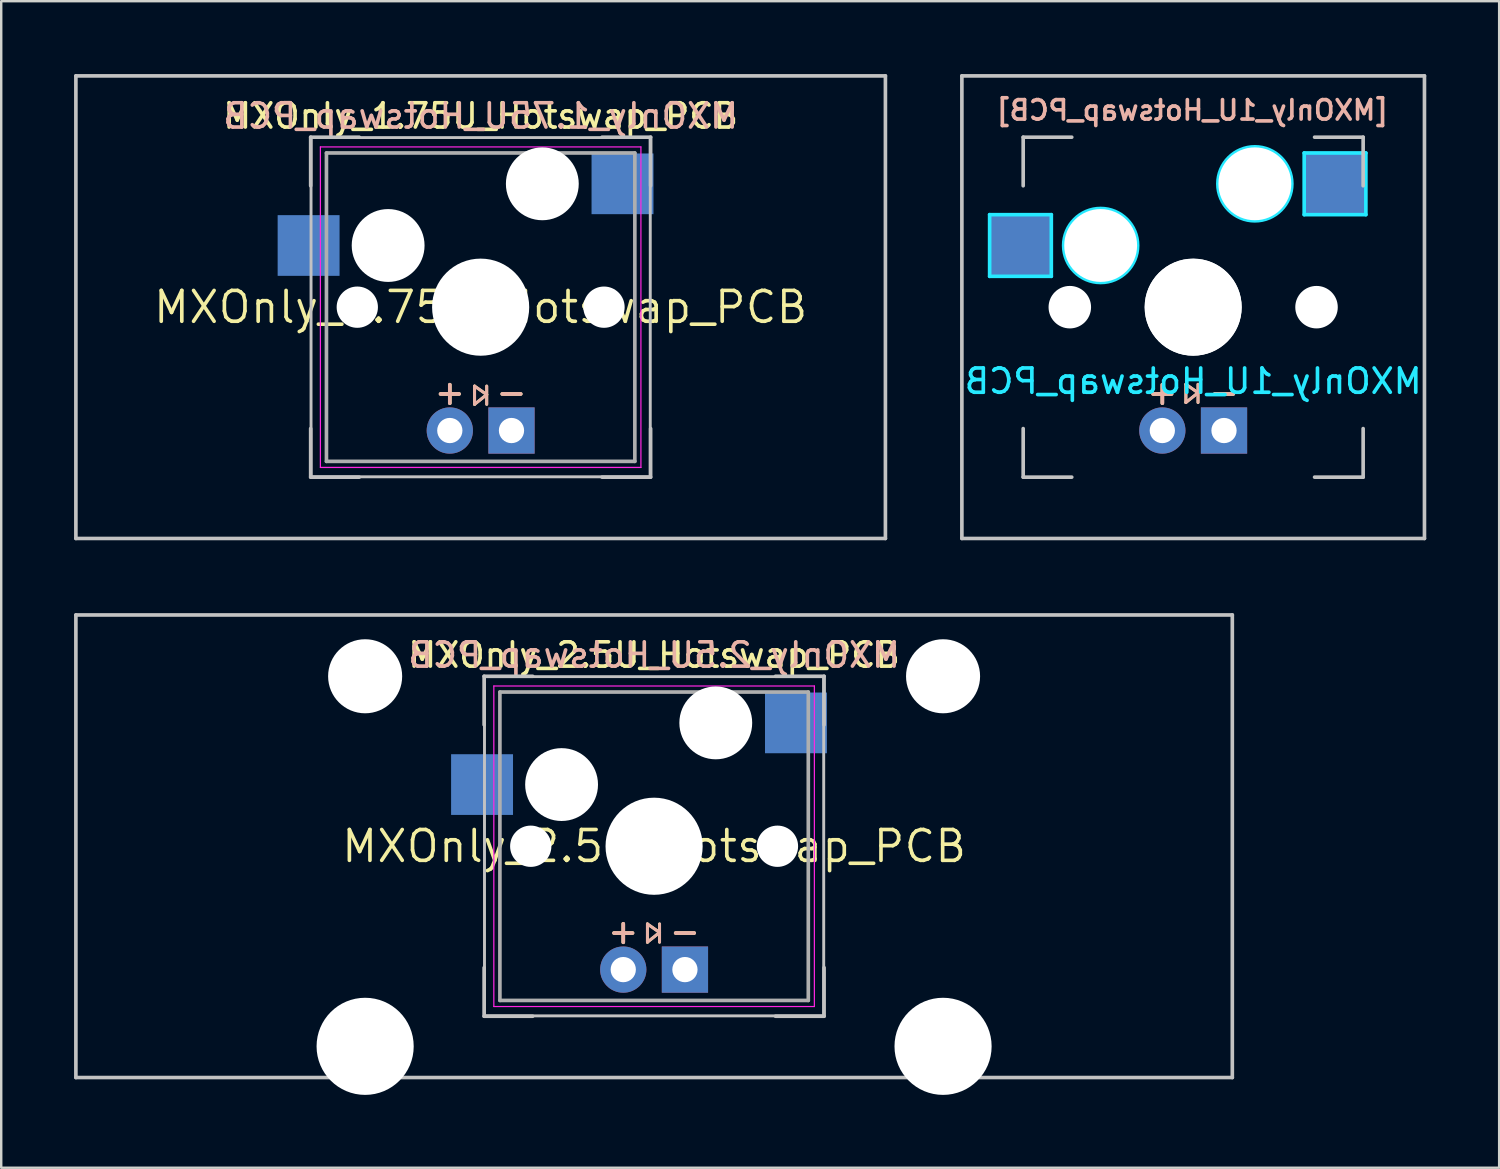
<source format=kicad_pcb>
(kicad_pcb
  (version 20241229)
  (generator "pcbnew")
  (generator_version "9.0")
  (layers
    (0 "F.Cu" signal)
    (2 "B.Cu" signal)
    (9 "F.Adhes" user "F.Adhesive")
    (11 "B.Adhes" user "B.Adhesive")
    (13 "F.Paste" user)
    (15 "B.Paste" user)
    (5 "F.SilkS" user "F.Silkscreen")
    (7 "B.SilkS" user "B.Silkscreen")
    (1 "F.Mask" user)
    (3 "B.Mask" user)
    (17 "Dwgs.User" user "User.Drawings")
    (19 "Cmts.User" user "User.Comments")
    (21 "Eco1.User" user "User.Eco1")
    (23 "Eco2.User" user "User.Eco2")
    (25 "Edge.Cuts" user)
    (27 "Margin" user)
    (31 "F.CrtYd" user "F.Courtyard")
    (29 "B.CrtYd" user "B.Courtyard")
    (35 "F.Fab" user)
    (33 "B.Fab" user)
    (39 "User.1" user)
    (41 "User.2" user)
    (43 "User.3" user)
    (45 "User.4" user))
  (footprint "MXOnly_1.75U_Hotswap_PCB"
    (layer "F.Cu")
    (at 16.744 9.6)
    (property "Reference" "MXOnly_1.75U_Hotswap_PCB" (at 0 0 0) (layer "F.SilkS") (effects (font (size 1.27 1.27) (thickness 0.15))))
    (attr through_hole)
    (fp_line (start -0.25 3.25) (end -0.25 4) (stroke (width 0.12) (type solid)) (layer "F.SilkS"))
    (fp_line (start -0.25 4) (end 0.25 3.6) (stroke (width 0.12) (type solid)) (layer "F.SilkS"))
    (fp_line (start 0.25 3.25) (end 0.25 4) (stroke (width 0.12) (type solid)) (layer "F.SilkS"))
    (fp_line (start 0.25 3.6) (end -0.25 3.25) (stroke (width 0.12) (type solid)) (layer "F.SilkS"))
    (fp_line (start -0.25 3.25) (end -0.25 4) (stroke (width 0.12) (type solid)) (layer "B.SilkS"))
    (fp_line (start -0.25 4) (end 0.25 3.6) (stroke (width 0.12) (type solid)) (layer "B.SilkS"))
    (fp_line (start 0.25 3.25) (end 0.25 4) (stroke (width 0.12) (type solid)) (layer "B.SilkS"))
    (fp_line (start 0.25 3.6) (end -0.25 3.25) (stroke (width 0.12) (type solid)) (layer "B.SilkS"))
    (fp_line (start -16.669 -9.525) (end 16.669 -9.525) (stroke (width 0.15) (type solid)) (layer "Dwgs.User"))
    (fp_line (start -16.669 9.525) (end -16.669 -9.525) (stroke (width 0.15) (type solid)) (layer "Dwgs.User"))
    (fp_line (start -7 -7) (end -7 -5) (stroke (width 0.15) (type solid)) (layer "Dwgs.User"))
    (fp_line (start -7 5) (end -7 7) (stroke (width 0.15) (type solid)) (layer "Dwgs.User"))
    (fp_line (start -7 7) (end -5 7) (stroke (width 0.15) (type solid)) (layer "Dwgs.User"))
    (fp_line (start -6.985 -6.985) (end 6.985 -6.985) (stroke (width 0.12) (type solid)) (layer "Dwgs.User"))
    (fp_line (start -6.985 6.985) (end -6.985 -6.985) (stroke (width 0.12) (type solid)) (layer "Dwgs.User"))
    (fp_line (start -5 -7) (end -7 -7) (stroke (width 0.15) (type solid)) (layer "Dwgs.User"))
    (fp_line (start 5 -7) (end 7 -7) (stroke (width 0.15) (type solid)) (layer "Dwgs.User"))
    (fp_line (start 5 7) (end 7 7) (stroke (width 0.15) (type solid)) (layer "Dwgs.User"))
    (fp_line (start 6.985 -6.985) (end 6.985 6.985) (stroke (width 0.12) (type solid)) (layer "Dwgs.User"))
    (fp_line (start 6.985 6.985) (end -6.985 6.985) (stroke (width 0.12) (type solid)) (layer "Dwgs.User"))
    (fp_line (start 7 -7) (end 7 -5) (stroke (width 0.15) (type solid)) (layer "Dwgs.User"))
    (fp_line (start 7 7) (end 7 5) (stroke (width 0.15) (type solid)) (layer "Dwgs.User"))
    (fp_line (start 16.669 -9.525) (end 16.669 9.525) (stroke (width 0.15) (type solid)) (layer "Dwgs.User"))
    (fp_line (start 16.669 9.525) (end -16.669 9.525) (stroke (width 0.15) (type solid)) (layer "Dwgs.User"))
    (fp_line (start -6.985 -6.985) (end 6.985 -6.985) (stroke (width 0.05) (type solid)) (layer "Eco1.User"))
    (fp_line (start -6.985 6.985) (end -6.985 -6.985) (stroke (width 0.05) (type solid)) (layer "Eco1.User"))
    (fp_line (start 6.985 -6.985) (end 6.985 6.985) (stroke (width 0.05) (type solid)) (layer "Eco1.User"))
    (fp_line (start 6.985 6.985) (end -6.985 6.985) (stroke (width 0.05) (type solid)) (layer "Eco1.User"))
    (fp_line (start -6.6 -6.6) (end 6.6 -6.6) (stroke (width 0.05) (type solid)) (layer "F.CrtYd"))
    (fp_line (start -6.6 6.6) (end -6.6 -6.6) (stroke (width 0.05) (type solid)) (layer "F.CrtYd"))
    (fp_line (start 6.6 -6.6) (end 6.6 6.6) (stroke (width 0.05) (type solid)) (layer "F.CrtYd"))
    (fp_line (start 6.6 6.6) (end -6.6 6.6) (stroke (width 0.05) (type solid)) (layer "F.CrtYd"))
    (fp_line (start -6.35 -6.35) (end 6.35 -6.35) (stroke (width 0.15) (type solid)) (layer "F.Fab"))
    (fp_line (start -6.35 6.35) (end -6.35 -6.35) (stroke (width 0.15) (type solid)) (layer "F.Fab"))
    (fp_line (start 6.35 -6.35) (end 6.35 6.35) (stroke (width 0.15) (type solid)) (layer "F.Fab"))
    (fp_line (start 6.35 6.35) (end -6.35 6.35) (stroke (width 0.15) (type solid)) (layer "F.Fab"))
    (fp_text user "+" (at -1.27 3.5 0) (layer "F.SilkS") (effects (font (size 1 1) (thickness 0.15))))
    (fp_text user "-" (at 1.27 3.5 0) (layer "F.SilkS") (effects (font (size 1 1) (thickness 0.15))))
    (fp_text user "${REFERENCE}" (at 0 -7.874 0) (layer "F.SilkS") (effects (font (size 1 1) (thickness 0.15))))
    (fp_text user "${REFERENCE}" (at 0 -7.874 0) (layer "B.SilkS") (effects (font (size 1 1) (thickness 0.15)) (justify mirror)))
    (fp_text user "-" (at 1.27 3.5 0) (layer "B.SilkS") (effects (font (size 1 1) (thickness 0.15))))
    (fp_text user "+" (at -1.27 3.5 0) (layer "B.SilkS") (effects (font (size 1 1) (thickness 0.15))))
    (pad "" np_thru_hole circle (at -5.08 0) (size 1.7 1.7) (drill 1.7) (layers "*.Cu" "*.Mask"))
    (pad "" np_thru_hole circle (at -3.81 -2.54) (size 3 3) (drill 3) (layers "*.Cu" "*.Mask"))
    (pad "" np_thru_hole circle (at 0 0) (size 4 4) (drill 4) (layers "*.Cu" "*.Mask"))
    (pad "" np_thru_hole circle (at 2.54 -5.08) (size 3 3) (drill 3) (layers "*.Cu" "*.Mask"))
    (pad "" np_thru_hole circle (at 5.08 0) (size 1.7 1.7) (drill 1.7) (layers "*.Cu" "*.Mask"))
    (pad "1" smd rect (at -7.085 -2.54) (size 2.55 2.5) (layers "B.Cu" "B.Mask" "B.Paste"))
    (pad "1" thru_hole circle (at 2.54 -5.08) (size 2.2 2.2) (drill 1.5) (layers "*.Cu" "*.Mask"))
    (pad "2" thru_hole circle (at -3.81 -2.54) (size 2.2 2.2) (drill 1.5) (layers "*.Cu" "*.Mask"))
    (pad "2" smd rect (at 5.842 -5.08) (size 2.55 2.5) (layers "B.Cu" "B.Mask" "B.Paste"))
    (pad "3" thru_hole circle (at -1.27 5.08) (size 1.905 1.905) (drill 1.04) (layers "*.Cu" "*.Mask"))
    (pad "4" thru_hole rect (at 1.27 5.08) (size 1.905 1.905) (drill 1.04) (layers "*.Cu" "*.Mask")))
  (footprint "MXOnly_2.5U_Hotswap_PCB"
    (layer "F.Cu")
    (at 23.887 31.8)
    (property "Reference" "MXOnly_2.5U_Hotswap_PCB" (at 0 0 0) (layer "F.SilkS") (effects (font (size 1.27 1.27) (thickness 0.15))))
    (attr through_hole)
    (fp_line (start -0.275 3.2) (end -0.275 3.95) (stroke (width 0.12) (type solid)) (layer "F.SilkS"))
    (fp_line (start -0.275 3.95) (end 0.225 3.55) (stroke (width 0.12) (type solid)) (layer "F.SilkS"))
    (fp_line (start 0.225 3.2) (end 0.225 3.95) (stroke (width 0.12) (type solid)) (layer "F.SilkS"))
    (fp_line (start 0.225 3.55) (end -0.275 3.2) (stroke (width 0.12) (type solid)) (layer "F.SilkS"))
    (fp_line (start -0.275 3.2) (end -0.275 3.95) (stroke (width 0.12) (type solid)) (layer "B.SilkS"))
    (fp_line (start -0.275 3.95) (end 0.225 3.55) (stroke (width 0.12) (type solid)) (layer "B.SilkS"))
    (fp_line (start 0.225 3.2) (end 0.225 3.95) (stroke (width 0.12) (type solid)) (layer "B.SilkS"))
    (fp_line (start 0.225 3.55) (end -0.275 3.2) (stroke (width 0.12) (type solid)) (layer "B.SilkS"))
    (fp_line (start -23.812 -9.525) (end 23.812 -9.525) (stroke (width 0.15) (type solid)) (layer "Dwgs.User"))
    (fp_line (start -23.812 9.525) (end -23.812 -9.525) (stroke (width 0.15) (type solid)) (layer "Dwgs.User"))
    (fp_line (start -23.812 9.525) (end 23.812 9.525) (stroke (width 0.15) (type solid)) (layer "Dwgs.User"))
    (fp_line (start -7 -7) (end -7 -5) (stroke (width 0.15) (type solid)) (layer "Dwgs.User"))
    (fp_line (start -7 5) (end -7 7) (stroke (width 0.15) (type solid)) (layer "Dwgs.User"))
    (fp_line (start -7 7) (end -5 7) (stroke (width 0.15) (type solid)) (layer "Dwgs.User"))
    (fp_line (start -6.985 -6.985) (end 6.985 -6.985) (stroke (width 0.12) (type solid)) (layer "Dwgs.User"))
    (fp_line (start -6.985 6.985) (end -6.985 -6.985) (stroke (width 0.12) (type solid)) (layer "Dwgs.User"))
    (fp_line (start -5 -7) (end -7 -7) (stroke (width 0.15) (type solid)) (layer "Dwgs.User"))
    (fp_line (start 5 -7) (end 7 -7) (stroke (width 0.15) (type solid)) (layer "Dwgs.User"))
    (fp_line (start 5 7) (end 7 7) (stroke (width 0.15) (type solid)) (layer "Dwgs.User"))
    (fp_line (start 6.985 -6.985) (end 6.985 6.985) (stroke (width 0.12) (type solid)) (layer "Dwgs.User"))
    (fp_line (start 6.985 6.985) (end -6.985 6.985) (stroke (width 0.12) (type solid)) (layer "Dwgs.User"))
    (fp_line (start 7 -7) (end 7 -5) (stroke (width 0.15) (type solid)) (layer "Dwgs.User"))
    (fp_line (start 7 7) (end 7 5) (stroke (width 0.15) (type solid)) (layer "Dwgs.User"))
    (fp_line (start 23.812 -9.525) (end 23.812 9.525) (stroke (width 0.15) (type solid)) (layer "Dwgs.User"))
    (fp_line (start -16.129 -2.286) (end -15.265 -2.286) (stroke (width 0.05) (type solid)) (layer "Eco1.User"))
    (fp_line (start -16.129 0.508) (end -16.129 -2.286) (stroke (width 0.05) (type solid)) (layer "Eco1.User"))
    (fp_line (start -15.265 -5.69) (end -8.611 -5.69) (stroke (width 0.05) (type solid)) (layer "Eco1.User"))
    (fp_line (start -15.265 -2.286) (end -15.265 -5.69) (stroke (width 0.05) (type solid)) (layer "Eco1.User"))
    (fp_line (start -15.265 0.508) (end -16.129 0.508) (stroke (width 0.05) (type solid)) (layer "Eco1.User"))
    (fp_line (start -15.265 6.604) (end -15.265 0.508) (stroke (width 0.05) (type solid)) (layer "Eco1.User"))
    (fp_line (start -14.224 6.604) (end -15.265 6.604) (stroke (width 0.05) (type solid)) (layer "Eco1.User"))
    (fp_line (start -14.224 7.772) (end -14.224 6.604) (stroke (width 0.05) (type solid)) (layer "Eco1.User"))
    (fp_line (start -9.652 6.604) (end -9.652 7.772) (stroke (width 0.05) (type solid)) (layer "Eco1.User"))
    (fp_line (start -9.652 7.772) (end -14.224 7.772) (stroke (width 0.05) (type solid)) (layer "Eco1.User"))
    (fp_line (start -8.611 -5.69) (end -8.611 -4.877) (stroke (width 0.05) (type solid)) (layer "Eco1.User"))
    (fp_line (start -8.611 -4.877) (end -6.985 -4.877) (stroke (width 0.05) (type solid)) (layer "Eco1.User"))
    (fp_line (start -8.611 5.817) (end -8.611 6.604) (stroke (width 0.05) (type solid)) (layer "Eco1.User"))
    (fp_line (start -8.611 6.604) (end -9.652 6.604) (stroke (width 0.05) (type solid)) (layer "Eco1.User"))
    (fp_line (start -6.985 -6.985) (end 6.985 -6.985) (stroke (width 0.05) (type solid)) (layer "Eco1.User"))
    (fp_line (start -6.985 -4.877) (end -6.985 -6.985) (stroke (width 0.05) (type solid)) (layer "Eco1.User"))
    (fp_line (start -6.985 5.817) (end -8.611 5.817) (stroke (width 0.05) (type solid)) (layer "Eco1.User"))
    (fp_line (start -6.985 6.985) (end -6.985 5.817) (stroke (width 0.05) (type solid)) (layer "Eco1.User"))
    (fp_line (start 6.985 -6.985) (end 6.985 -4.877) (stroke (width 0.05) (type solid)) (layer "Eco1.User"))
    (fp_line (start 6.985 -4.877) (end 8.611 -4.877) (stroke (width 0.05) (type solid)) (layer "Eco1.User"))
    (fp_line (start 6.985 5.817) (end 6.985 6.985) (stroke (width 0.05) (type solid)) (layer "Eco1.User"))
    (fp_line (start 6.985 6.985) (end -6.985 6.985) (stroke (width 0.05) (type solid)) (layer "Eco1.User"))
    (fp_line (start 8.611 -5.69) (end 15.265 -5.69) (stroke (width 0.05) (type solid)) (layer "Eco1.User"))
    (fp_line (start 8.611 -4.877) (end 8.611 -5.69) (stroke (width 0.05) (type solid)) (layer "Eco1.User"))
    (fp_line (start 8.611 5.817) (end 6.985 5.817) (stroke (width 0.05) (type solid)) (layer "Eco1.User"))
    (fp_line (start 8.611 6.604) (end 8.611 5.817) (stroke (width 0.05) (type solid)) (layer "Eco1.User"))
    (fp_line (start 9.652 6.604) (end 8.611 6.604) (stroke (width 0.05) (type solid)) (layer "Eco1.User"))
    (fp_line (start 9.652 7.772) (end 9.652 6.604) (stroke (width 0.05) (type solid)) (layer "Eco1.User"))
    (fp_line (start 14.224 6.604) (end 14.224 7.772) (stroke (width 0.05) (type solid)) (layer "Eco1.User"))
    (fp_line (start 14.224 7.772) (end 9.652 7.772) (stroke (width 0.05) (type solid)) (layer "Eco1.User"))
    (fp_line (start 15.265 -5.69) (end 15.265 -2.286) (stroke (width 0.05) (type solid)) (layer "Eco1.User"))
    (fp_line (start 15.265 -2.286) (end 16.129 -2.286) (stroke (width 0.05) (type solid)) (layer "Eco1.User"))
    (fp_line (start 15.265 0.508) (end 15.265 6.604) (stroke (width 0.05) (type solid)) (layer "Eco1.User"))
    (fp_line (start 15.265 6.604) (end 14.224 6.604) (stroke (width 0.05) (type solid)) (layer "Eco1.User"))
    (fp_line (start 16.129 -2.286) (end 16.129 0.508) (stroke (width 0.05) (type solid)) (layer "Eco1.User"))
    (fp_line (start 16.129 0.508) (end 15.265 0.508) (stroke (width 0.05) (type solid)) (layer "Eco1.User"))
    (fp_line (start -6.6 -6.6) (end 6.6 -6.6) (stroke (width 0.05) (type solid)) (layer "F.CrtYd"))
    (fp_line (start -6.6 6.6) (end -6.6 -6.6) (stroke (width 0.05) (type solid)) (layer "F.CrtYd"))
    (fp_line (start 6.6 -6.6) (end 6.6 6.6) (stroke (width 0.05) (type solid)) (layer "F.CrtYd"))
    (fp_line (start 6.6 6.6) (end -6.6 6.6) (stroke (width 0.05) (type solid)) (layer "F.CrtYd"))
    (fp_line (start -6.35 -6.35) (end 6.35 -6.35) (stroke (width 0.15) (type solid)) (layer "F.Fab"))
    (fp_line (start -6.35 6.35) (end -6.35 -6.35) (stroke (width 0.15) (type solid)) (layer "F.Fab"))
    (fp_line (start 6.35 -6.35) (end 6.35 6.35) (stroke (width 0.15) (type solid)) (layer "F.Fab"))
    (fp_line (start 6.35 6.35) (end -6.35 6.35) (stroke (width 0.15) (type solid)) (layer "F.Fab"))
    (fp_text user "+" (at -1.27 3.5 0) (layer "F.SilkS") (effects (font (size 1 1) (thickness 0.15))))
    (fp_text user "-" (at 1.27 3.5 0) (layer "F.SilkS") (effects (font (size 1 1) (thickness 0.15))))
    (fp_text user "${REFERENCE}" (at 0 -7.874 0) (layer "F.SilkS") (effects (font (size 1 1) (thickness 0.15))))
    (fp_text user "${REFERENCE}" (at 0 -7.874 0) (layer "B.SilkS") (effects (font (size 1 1) (thickness 0.15)) (justify mirror)))
    (fp_text user "-" (at 1.27 3.5 0) (layer "B.SilkS") (effects (font (size 1 1) (thickness 0.15))))
    (fp_text user "+" (at -1.27 3.5 0) (layer "B.SilkS") (effects (font (size 1 1) (thickness 0.15))))
    (pad "" np_thru_hole circle (at -11.9 -7) (size 3.05 3.05) (drill 3.05) (layers "*.Cu" "*.Mask"))
    (pad "" np_thru_hole circle (at -11.9 8.24) (size 4 4) (drill 4) (layers "*.Cu" "*.Mask"))
    (pad "" np_thru_hole circle (at -5.08 0) (size 1.7 1.7) (drill 1.7) (layers "*.Cu" "*.Mask"))
    (pad "" np_thru_hole circle (at -3.81 -2.54) (size 3 3) (drill 3) (layers "*.Cu" "*.Mask"))
    (pad "" np_thru_hole circle (at 0 0) (size 4 4) (drill 4) (layers "*.Cu" "*.Mask"))
    (pad "" np_thru_hole circle (at 2.54 -5.08) (size 3 3) (drill 3) (layers "*.Cu" "*.Mask"))
    (pad "" np_thru_hole circle (at 5.08 0) (size 1.7 1.7) (drill 1.7) (layers "*.Cu" "*.Mask"))
    (pad "" np_thru_hole circle (at 11.9 -7) (size 3.05 3.05) (drill 3.05) (layers "*.Cu" "*.Mask"))
    (pad "" np_thru_hole circle (at 11.9 8.24) (size 4 4) (drill 4) (layers "*.Cu" "*.Mask"))
    (pad "1" smd rect (at -7.085 -2.54) (size 2.55 2.5) (layers "B.Cu" "B.Mask" "B.Paste"))
    (pad "1" thru_hole circle (at 2.54 -5.08) (size 2.2 2.2) (drill 1.5) (layers "*.Cu" "*.Mask"))
    (pad "2" thru_hole circle (at -3.81 -2.54) (size 2.2 2.2) (drill 1.5) (layers "*.Cu" "*.Mask"))
    (pad "2" smd rect (at 5.842 -5.08) (size 2.55 2.5) (layers "B.Cu" "B.Mask" "B.Paste"))
    (pad "3" thru_hole circle (at -1.27 5.08) (size 1.905 1.905) (drill 1.04) (layers "*.Cu" "*.Mask"))
    (pad "4" thru_hole rect (at 1.27 5.08) (size 1.905 1.905) (drill 1.04) (layers "*.Cu" "*.Mask")))
  (footprint "MXOnly_1U_Hotswap_PCB"
    (layer "F.Cu")
    (at 46.087 9.6)
    (property "Reference" "MXOnly_1U_Hotswap_PCB" (at 0 3.048 0) (layer "B.CrtYd") (effects (font (size 1 1) (thickness 0.15)) (justify mirror)))
    (attr smd)
    (fp_line (start -0.3 3.175) (end -0.3 3.925) (stroke (width 0.12) (type solid)) (layer "F.SilkS"))
    (fp_line (start -0.3 3.925) (end 0.2 3.525) (stroke (width 0.12) (type solid)) (layer "F.SilkS"))
    (fp_line (start 0.2 3.175) (end 0.2 3.925) (stroke (width 0.12) (type solid)) (layer "F.SilkS"))
    (fp_line (start 0.2 3.525) (end -0.3 3.175) (stroke (width 0.12) (type solid)) (layer "F.SilkS"))
    (fp_line (start -0.3 3.175) (end -0.3 3.925) (stroke (width 0.12) (type solid)) (layer "B.SilkS"))
    (fp_line (start -0.3 3.925) (end 0.2 3.525) (stroke (width 0.12) (type solid)) (layer "B.SilkS"))
    (fp_line (start 0.2 3.175) (end 0.2 3.925) (stroke (width 0.12) (type solid)) (layer "B.SilkS"))
    (fp_line (start 0.2 3.525) (end -0.3 3.175) (stroke (width 0.12) (type solid)) (layer "B.SilkS"))
    (fp_line (start -9.525 -9.525) (end 9.525 -9.525) (stroke (width 0.15) (type solid)) (layer "Dwgs.User"))
    (fp_line (start -9.525 9.525) (end -9.525 -9.525) (stroke (width 0.15) (type solid)) (layer "Dwgs.User"))
    (fp_line (start -7 -7) (end -7 -5) (stroke (width 0.15) (type solid)) (layer "Dwgs.User"))
    (fp_line (start -7 5) (end -7 7) (stroke (width 0.15) (type solid)) (layer "Dwgs.User"))
    (fp_line (start -7 7) (end -5 7) (stroke (width 0.15) (type solid)) (layer "Dwgs.User"))
    (fp_line (start -5 -7) (end -7 -7) (stroke (width 0.15) (type solid)) (layer "Dwgs.User"))
    (fp_line (start 5 -7) (end 7 -7) (stroke (width 0.15) (type solid)) (layer "Dwgs.User"))
    (fp_line (start 5 7) (end 7 7) (stroke (width 0.15) (type solid)) (layer "Dwgs.User"))
    (fp_line (start 7 -7) (end 7 -5) (stroke (width 0.15) (type solid)) (layer "Dwgs.User"))
    (fp_line (start 7 7) (end 7 5) (stroke (width 0.15) (type solid)) (layer "Dwgs.User"))
    (fp_line (start 9.525 -9.525) (end 9.525 9.525) (stroke (width 0.15) (type solid)) (layer "Dwgs.User"))
    (fp_line (start 9.525 9.525) (end -9.525 9.525) (stroke (width 0.15) (type solid)) (layer "Dwgs.User"))
    (fp_line (start -6.985 -6.985) (end 6.985 -6.985) (stroke (width 0.05) (type solid)) (layer "Eco1.User"))
    (fp_line (start -6.985 6.985) (end -6.985 -6.985) (stroke (width 0.05) (type solid)) (layer "Eco1.User"))
    (fp_line (start 6.985 -6.985) (end 6.985 6.985) (stroke (width 0.05) (type solid)) (layer "Eco1.User"))
    (fp_line (start 6.985 6.985) (end -6.985 6.985) (stroke (width 0.05) (type solid)) (layer "Eco1.User"))
    (fp_line (start -8.382 -3.81) (end -8.382 -1.27) (stroke (width 0.15) (type solid)) (layer "B.CrtYd"))
    (fp_line (start -8.382 -1.27) (end -5.842 -1.27) (stroke (width 0.15) (type solid)) (layer "B.CrtYd"))
    (fp_line (start -5.842 -3.81) (end -8.382 -3.81) (stroke (width 0.15) (type solid)) (layer "B.CrtYd"))
    (fp_line (start -5.842 -1.27) (end -5.842 -3.81) (stroke (width 0.15) (type solid)) (layer "B.CrtYd"))
    (fp_line (start 4.572 -6.35) (end 7.112 -6.35) (stroke (width 0.15) (type solid)) (layer "B.CrtYd"))
    (fp_line (start 4.572 -3.81) (end 4.572 -6.35) (stroke (width 0.15) (type solid)) (layer "B.CrtYd"))
    (fp_line (start 7.112 -6.35) (end 7.112 -3.81) (stroke (width 0.15) (type solid)) (layer "B.CrtYd"))
    (fp_line (start 7.112 -3.81) (end 4.572 -3.81) (stroke (width 0.15) (type solid)) (layer "B.CrtYd"))
    (fp_circle (center -3.81 -2.54) (end -3.81 -4.064) (stroke (width 0.15) (type solid)) (fill no) (layer "B.CrtYd"))
    (fp_circle (center 2.54 -5.08) (end 2.54 -6.604) (stroke (width 0.15) (type solid)) (fill no) (layer "B.CrtYd"))
    (fp_text user "-" (at 1.27 3.5 0) (layer "F.SilkS") (effects (font (size 1 1) (thickness 0.15))))
    (fp_text user "+" (at -1.27 3.5 0) (layer "F.SilkS") (effects (font (size 1 1) (thickness 0.15))))
    (fp_text user "+" (at -1.27 3.5 0) (layer "B.SilkS") (effects (font (size 1 1) (thickness 0.15))))
    (fp_text user "[${REFERENCE}]" (at -0.03 -8.11 0) (layer "B.SilkS") (effects (font (size 0.8 0.8) (thickness 0.15)) (justify mirror)))
    (fp_text user "-" (at 1.27 3.5 0) (layer "B.SilkS") (effects (font (size 1 1) (thickness 0.15))))
    (pad "" np_thru_hole circle (at -5.08 0 48.1) (size 1.75 1.75) (drill 1.75) (layers "*.Cu" "*.Mask"))
    (pad "" np_thru_hole circle (at -3.81 -2.54) (size 3 3) (drill 3) (layers "*.Cu" "*.Mask"))
    (pad "" np_thru_hole circle (at 0 0) (size 3.988 3.988) (drill 3.988) (layers "*.Cu" "*.Mask"))
    (pad "" np_thru_hole circle (at 0 0) (size 4 4) (drill 4) (layers "*.Cu" "*.Mask"))
    (pad "" np_thru_hole circle (at 2.54 -5.08) (size 3 3) (drill 3) (layers "*.Cu" "*.Mask"))
    (pad "" np_thru_hole circle (at 5.08 0 48.1) (size 1.75 1.75) (drill 1.75) (layers "*.Cu" "*.Mask"))
    (pad "1" smd rect (at -7.085 -2.54) (size 2.55 2.5) (layers "B.Cu" "B.Mask" "B.Paste"))
    (pad "2" smd rect (at 5.842 -5.08) (size 2.55 2.5) (layers "B.Cu" "B.Mask" "B.Paste"))
    (pad "3" thru_hole circle (at -1.27 5.08) (size 1.905 1.905) (drill 1.04) (layers "*.Cu" "*.Mask"))
    (pad "4" thru_hole rect (at 1.27 5.08) (size 1.905 1.905) (drill 1.04) (layers "*.Cu" "*.Mask")))
  (gr_rect
    (start -3 -3)
    (end 58.688 45.04)
    (stroke (width 0.1) (type default))
    (fill no)
    (layer "Edge.Cuts")))
</source>
